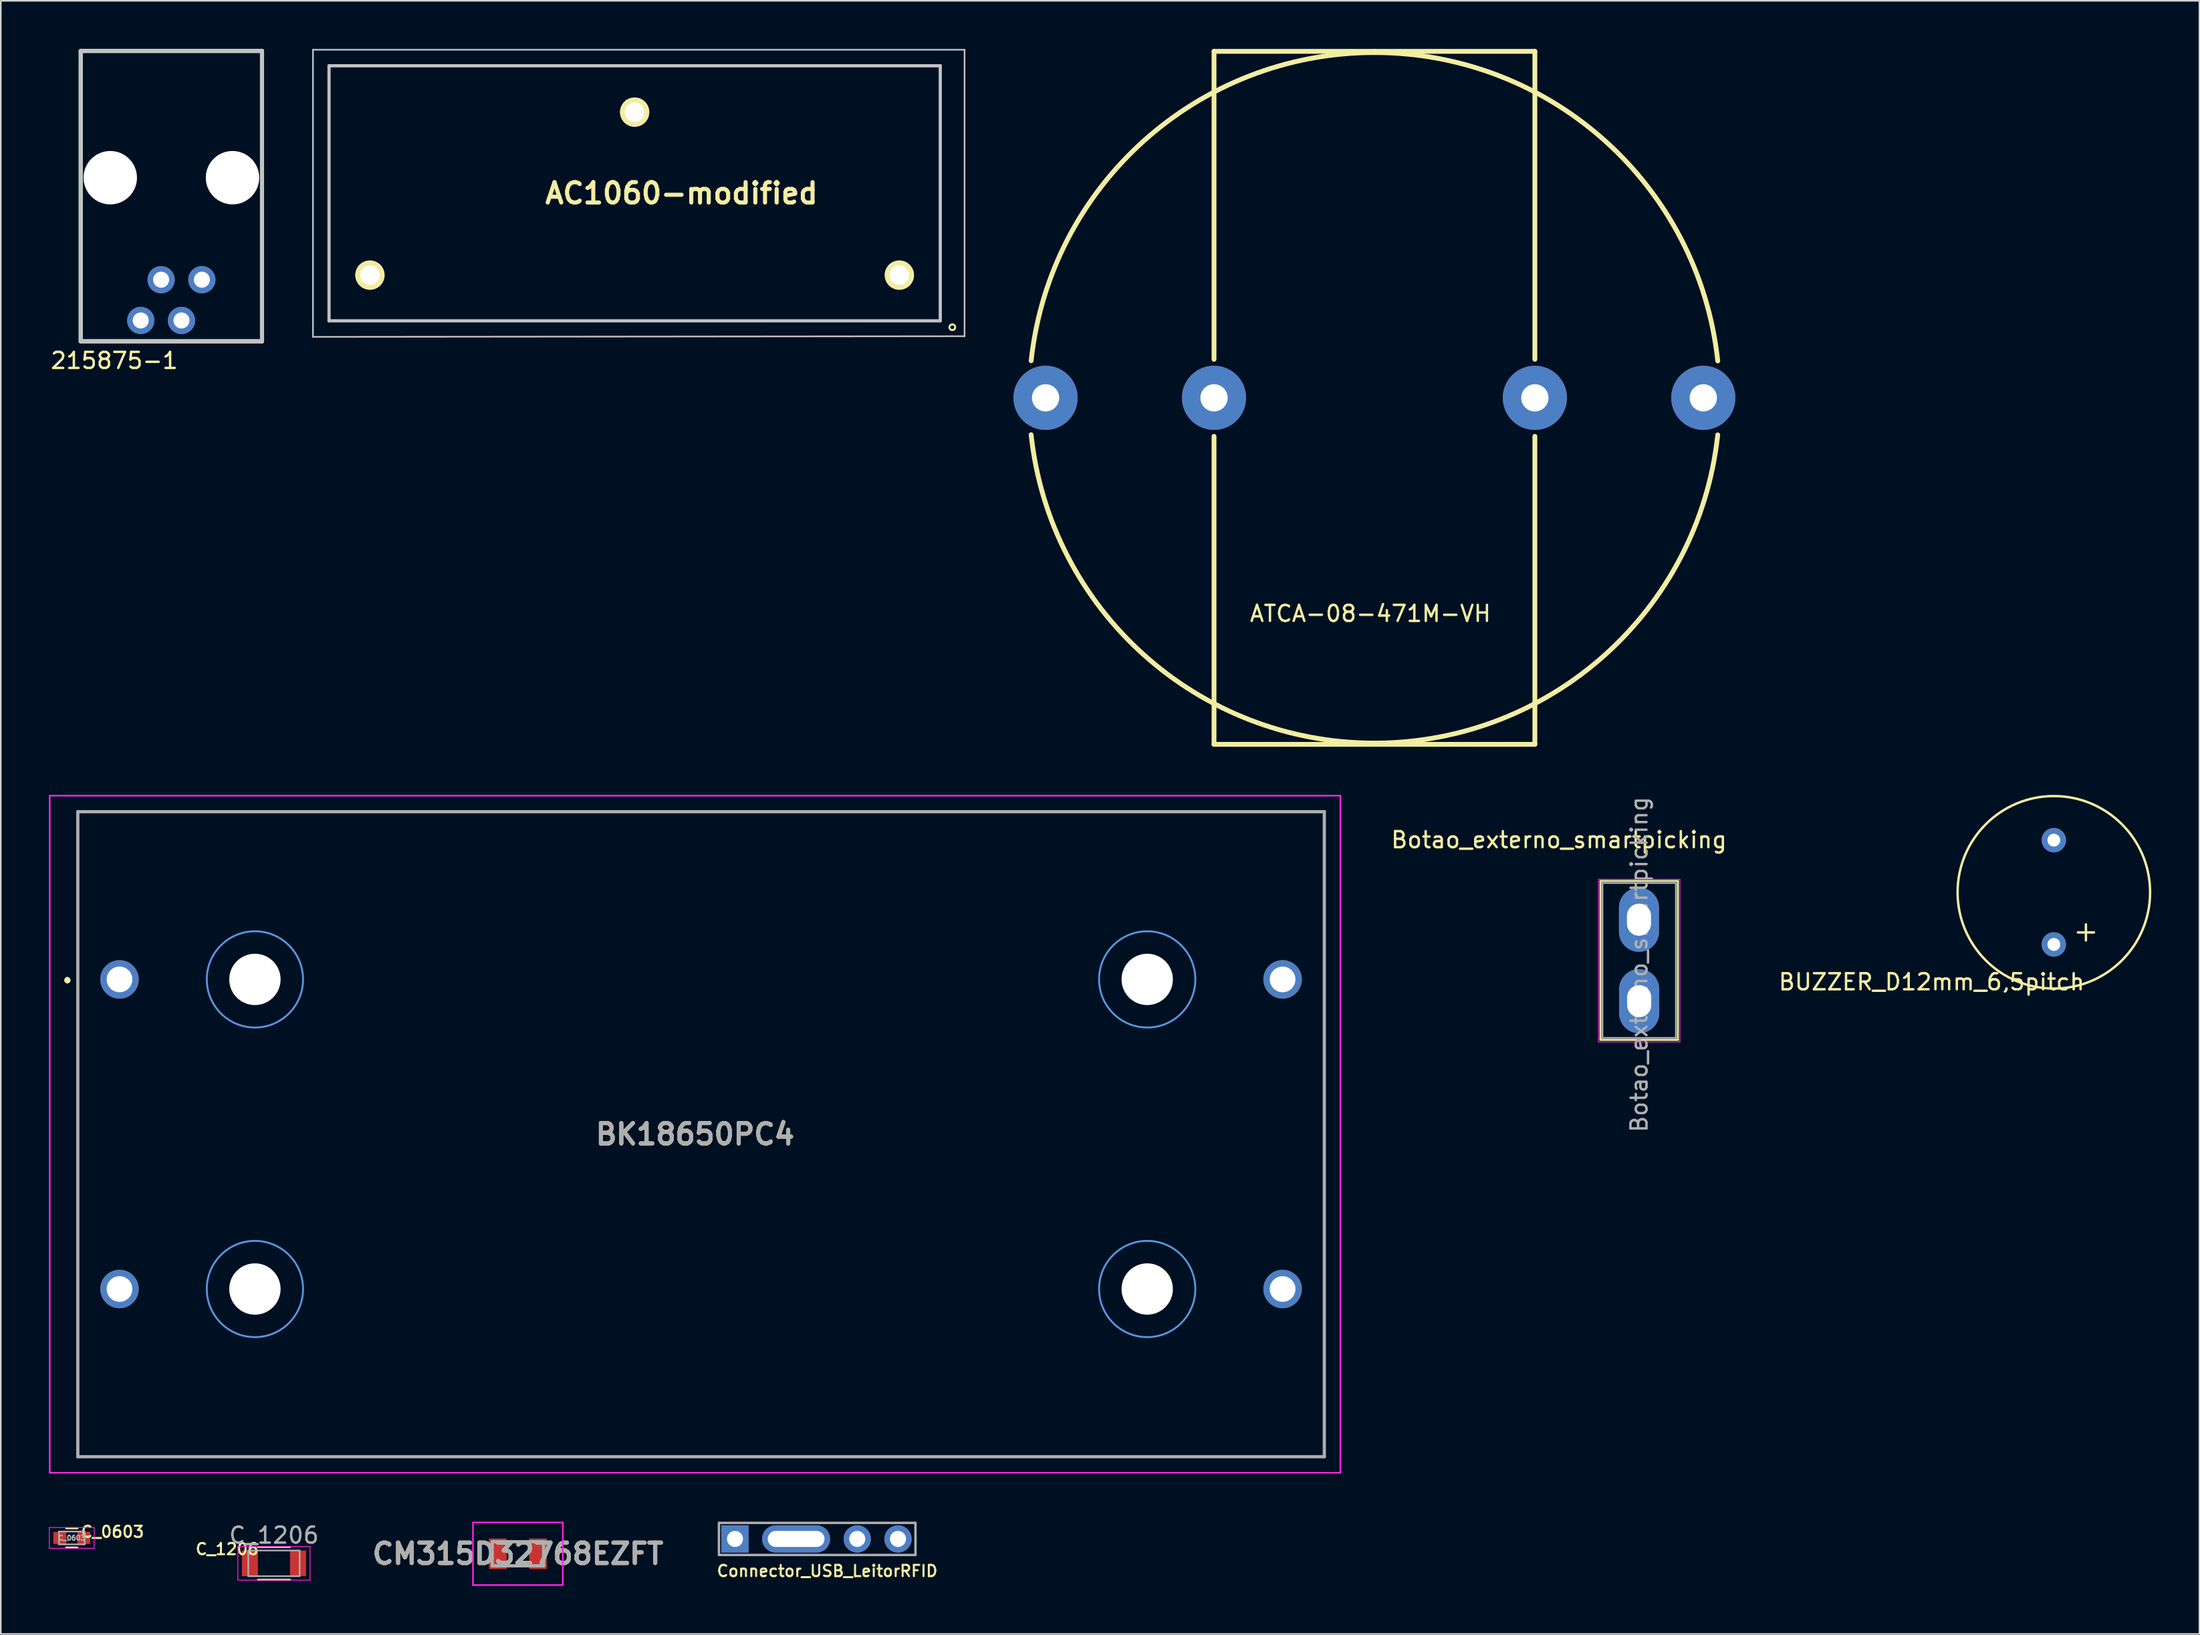
<source format=kicad_pcb>
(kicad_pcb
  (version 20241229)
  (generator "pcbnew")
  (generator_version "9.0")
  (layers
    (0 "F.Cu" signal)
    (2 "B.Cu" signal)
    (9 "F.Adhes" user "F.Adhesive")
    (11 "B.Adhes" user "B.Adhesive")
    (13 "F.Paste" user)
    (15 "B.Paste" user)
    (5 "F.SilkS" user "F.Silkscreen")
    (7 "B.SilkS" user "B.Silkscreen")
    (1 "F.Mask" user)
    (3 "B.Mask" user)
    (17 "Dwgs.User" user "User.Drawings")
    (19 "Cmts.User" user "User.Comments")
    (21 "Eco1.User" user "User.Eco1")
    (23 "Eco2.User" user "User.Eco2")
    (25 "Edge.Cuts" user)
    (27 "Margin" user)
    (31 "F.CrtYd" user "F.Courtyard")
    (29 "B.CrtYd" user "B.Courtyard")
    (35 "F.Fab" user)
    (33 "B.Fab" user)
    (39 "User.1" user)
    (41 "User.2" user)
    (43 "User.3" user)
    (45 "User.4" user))
  (footprint "ATCA-08-471M-VH"
    (layer "F.Cu")
    (at 82.624 21.75)
    (property "Reference" "ATCA-08-471M-VH" (at -0.25 13.45 0) (layer "F.SilkS") (effects (font (size 1 1) (thickness 0.15))))
    (attr through_hole)
    (fp_line (start -10 -21.6) (end -10 -2.4) (stroke (width 0.3) (type solid)) (layer "F.SilkS"))
    (fp_line (start -10 21.6) (end -10 2.4) (stroke (width 0.3) (type solid)) (layer "F.SilkS"))
    (fp_line (start -10 21.6) (end 0 21.6) (stroke (width 0.3) (type solid)) (layer "F.SilkS"))
    (fp_line (start 0 -21.6) (end -10 -21.6) (stroke (width 0.3) (type solid)) (layer "F.SilkS"))
    (fp_line (start 0 21.6) (end 10 21.6) (stroke (width 0.3) (type solid)) (layer "F.SilkS"))
    (fp_line (start 10 -21.6) (end 0 -21.6) (stroke (width 0.3) (type solid)) (layer "F.SilkS"))
    (fp_line (start 10 -21.6) (end 10 -2.4) (stroke (width 0.3) (type solid)) (layer "F.SilkS"))
    (fp_line (start 10 21.6) (end 10 2.4) (stroke (width 0.3) (type solid)) (layer "F.SilkS"))
    (fp_arc (start -21.398744 -2.311646) (mid 0.005857 -21.523241) (end 21.399999 -2.299999) (stroke (width 0.3) (type solid)) (layer "F.SilkS"))
    (fp_arc (start 21.398744 2.311646) (mid -0.005857 21.523241) (end -21.399999 2.299999) (stroke (width 0.3) (type solid)) (layer "F.SilkS"))
    (pad "1" thru_hole circle (at -20.5 0) (size 4 4) (drill 1.7) (layers "*.Cu" "*.Mask"))
    (pad "1" thru_hole circle (at -10 0) (size 4 4) (drill 1.7) (layers "*.Cu" "*.Mask"))
    (pad "2" thru_hole circle (at 10 0) (size 4 4) (drill 1.7) (layers "*.Cu" "*.Mask"))
    (pad "2" thru_hole circle (at 20.5 0) (size 4 4) (drill 1.7) (layers "*.Cu" "*.Mask")))
  (footprint "C_0603"
    (layer "F.Cu")
    (at 1.425 92.823)
    (property "Reference" "C_0603" (at 2.54 -0.381 180) (layer "F.SilkS") (effects (font (size 0.7 0.7) (thickness 0.127))))
    (attr smd)
    (fp_line (start -0.35 -0.6) (end 0.35 -0.6) (stroke (width 0.12) (type solid)) (layer "F.SilkS"))
    (fp_line (start 0.35 0.6) (end -0.35 0.6) (stroke (width 0.12) (type solid)) (layer "F.SilkS"))
    (fp_line (start -1.4 -0.65) (end -1.4 0.65) (stroke (width 0.05) (type solid)) (layer "F.CrtYd"))
    (fp_line (start -1.4 -0.65) (end 1.4 -0.65) (stroke (width 0.05) (type solid)) (layer "F.CrtYd"))
    (fp_line (start 1.4 0.65) (end -1.4 0.65) (stroke (width 0.05) (type solid)) (layer "F.CrtYd"))
    (fp_line (start 1.4 0.65) (end 1.4 -0.65) (stroke (width 0.05) (type solid)) (layer "F.CrtYd"))
    (fp_line (start -0.8 -0.4) (end 0.8 -0.4) (stroke (width 0.1) (type solid)) (layer "F.Fab"))
    (fp_line (start -0.8 0.4) (end -0.8 -0.4) (stroke (width 0.1) (type solid)) (layer "F.Fab"))
    (fp_line (start 0.8 -0.4) (end 0.8 0.4) (stroke (width 0.1) (type solid)) (layer "F.Fab"))
    (fp_line (start 0.8 0.4) (end -0.8 0.4) (stroke (width 0.1) (type solid)) (layer "F.Fab"))
    (fp_text user "${REFERENCE}" (at 0 0 0) (layer "F.Fab") (effects (font (size 0.3 0.3) (thickness 0.075))))
    (pad "1" smd rect (at -0.75 0) (size 0.8 0.75) (layers "F.Cu" "F.Mask" "F.Paste"))
    (pad "2" smd rect (at 0.75 0) (size 0.8 0.75) (layers "F.Cu" "F.Mask" "F.Paste")))
  (footprint "CM315D32768EZFT"
    (layer "F.Cu")
    (at 29.233 93.81)
    (property "Reference" "CM315D32768EZFT" (at 0 0 0) (layer "F.SilkS") (effects (font (size 1.27 1.27) (thickness 0.254))))
    (attr smd)
    (fp_line (start -0.4 -0.75) (end 0.4 -0.75) (stroke (width 0.1) (type solid)) (layer "F.SilkS"))
    (fp_line (start -0.4 0.75) (end 0.4 0.75) (stroke (width 0.1) (type solid)) (layer "F.SilkS"))
    (fp_line (start -2.8 -1.95) (end 2.8 -1.95) (stroke (width 0.1) (type solid)) (layer "F.CrtYd"))
    (fp_line (start -2.8 1.95) (end -2.8 -1.95) (stroke (width 0.1) (type solid)) (layer "F.CrtYd"))
    (fp_line (start 2.8 -1.95) (end 2.8 1.95) (stroke (width 0.1) (type solid)) (layer "F.CrtYd"))
    (fp_line (start 2.8 1.95) (end -2.8 1.95) (stroke (width 0.1) (type solid)) (layer "F.CrtYd"))
    (fp_line (start -1.6 -0.75) (end 1.6 -0.75) (stroke (width 0.2) (type solid)) (layer "F.Fab"))
    (fp_line (start -1.6 0.75) (end -1.6 -0.75) (stroke (width 0.2) (type solid)) (layer "F.Fab"))
    (fp_line (start 1.6 -0.75) (end 1.6 0.75) (stroke (width 0.2) (type solid)) (layer "F.Fab"))
    (fp_line (start 1.6 0.75) (end -1.6 0.75) (stroke (width 0.2) (type solid)) (layer "F.Fab"))
    (fp_text user "${REFERENCE}" (at 0 0 0) (layer "F.Fab") (effects (font (size 1.27 1.27) (thickness 0.254))))
    (pad "1" smd rect (at -1.25 0) (size 1.1 1.9) (layers "F.Cu" "F.Mask" "F.Paste"))
    (pad "2" smd rect (at 1.25 0) (size 1.1 1.9) (layers "F.Cu" "F.Mask" "F.Paste")))
  (footprint "BUZZER_D12mm_6,5pitch"
    (layer "F.Cu")
    (at 124.974 52.575)
    (property "Reference" "BUZZER_D12mm_6,5pitch" (at -7.62 5.588 0) (layer "F.SilkS") (effects (font (size 1 1) (thickness 0.15))))
    (attr through_hole)
    (fp_line (start 2 3) (end 2 2) (stroke (width 0.15) (type solid)) (layer "F.SilkS"))
    (fp_line (start 2.5 2.5) (end 1.5 2.5) (stroke (width 0.15) (type solid)) (layer "F.SilkS"))
    (fp_circle (center 0 0) (end 6 0) (stroke (width 0.15) (type solid)) (fill no) (layer "F.SilkS"))
    (pad "1" thru_hole circle (at 0 3.25) (size 1.524 1.524) (drill 0.8) (layers "*.Cu" "*.Mask"))
    (pad "2" thru_hole circle (at 0 -3.25) (size 1.524 1.524) (drill 0.8) (layers "*.Cu" "*.Mask")))
  (footprint "Connector_USB_LeitorRFID"
    (layer "F.Cu")
    (at 42.765 92.885)
    (property "Reference" "Connector_USB_LeitorRFID" (at 5.75 2 0) (layer "F.SilkS") (effects (font (size 0.7 0.7) (thickness 0.127))))
    (attr through_hole)
    (fp_line (start -1 -1) (end -1 1) (stroke (width 0.15) (type solid)) (layer "F.Fab"))
    (fp_line (start -1 1) (end 11.25 1) (stroke (width 0.15) (type solid)) (layer "F.Fab"))
    (fp_line (start 11.25 -1) (end -1 -1) (stroke (width 0.15) (type solid)) (layer "F.Fab"))
    (fp_line (start 11.25 1) (end 11.25 -1) (stroke (width 0.15) (type solid)) (layer "F.Fab"))
    (pad "1" thru_hole rect (at 0 0) (size 1.7 1.7) (drill 1) (layers "*.Cu" "*.Mask"))
    (pad "2" thru_hole oval (at 3.81 0) (size 4.24 1.7) (drill oval 3.54 1) (layers "*.Cu" "*.Mask"))
    (pad "3" thru_hole circle (at 7.62 0) (size 1.7 1.7) (drill 1) (layers "*.Cu" "*.Mask"))
    (pad "4" thru_hole circle (at 10.16 0) (size 1.7 1.7) (drill 1) (layers "*.Cu" "*.Mask")))
  (footprint "BK18650PC4"
    (layer "F.Cu")
    (at 40.65 67.655)
    (property "Reference" "BK18650PC4" (at -0.375 0 0) (layer "F.SilkS") (effects (font (size 1.27 1.27) (thickness 0.254))))
    (attr through_hole)
    (fp_line (start -39.5 -9.7) (end -39.5 -9.7) (stroke (width 0.2) (type solid)) (layer "F.SilkS"))
    (fp_line (start -39.5 -9.5) (end -39.5 -9.5) (stroke (width 0.2) (type solid)) (layer "F.SilkS"))
    (fp_line (start -38.85 -20.105) (end 38.85 -20.105) (stroke (width 0.1) (type solid)) (layer "F.SilkS"))
    (fp_line (start -38.85 20.105) (end -38.85 -20.105) (stroke (width 0.1) (type solid)) (layer "F.SilkS"))
    (fp_line (start 38.85 -20.105) (end 38.85 20.105) (stroke (width 0.1) (type solid)) (layer "F.SilkS"))
    (fp_line (start 38.85 20.105) (end -38.85 20.105) (stroke (width 0.1) (type solid)) (layer "F.SilkS"))
    (fp_arc (start -39.5 -9.7) (mid -39.4 -9.6) (end -39.5 -9.5) (stroke (width 0.2) (type solid)) (layer "F.SilkS"))
    (fp_arc (start -39.5 -9.5) (mid -39.6 -9.6) (end -39.5 -9.7) (stroke (width 0.2) (type solid)) (layer "F.SilkS"))
    (fp_circle (center -27.81 -9.65) (end -24.81 -9.65) (stroke (width 0.12) (type solid)) (fill no) (layer "Cmts.User"))
    (fp_circle (center -27.81 9.65) (end -24.81 9.65) (stroke (width 0.12) (type solid)) (fill no) (layer "Cmts.User"))
    (fp_circle (center 27.81 -9.65) (end 24.81 -9.65) (stroke (width 0.12) (type solid)) (fill no) (layer "Cmts.User"))
    (fp_circle (center 27.81 9.65) (end 24.81 9.65) (stroke (width 0.12) (type solid)) (fill no) (layer "Cmts.User"))
    (fp_line (start -40.6 -21.105) (end 39.85 -21.105) (stroke (width 0.1) (type solid)) (layer "F.CrtYd"))
    (fp_line (start -40.6 21.105) (end -40.6 -21.105) (stroke (width 0.1) (type solid)) (layer "F.CrtYd"))
    (fp_line (start 39.85 -21.105) (end 39.85 21.105) (stroke (width 0.1) (type solid)) (layer "F.CrtYd"))
    (fp_line (start 39.85 21.105) (end -40.6 21.105) (stroke (width 0.1) (type solid)) (layer "F.CrtYd"))
    (fp_line (start -38.85 -20.105) (end 38.85 -20.105) (stroke (width 0.2) (type solid)) (layer "F.Fab"))
    (fp_line (start -38.85 20.105) (end -38.85 -20.105) (stroke (width 0.2) (type solid)) (layer "F.Fab"))
    (fp_line (start 38.85 -20.105) (end 38.85 20.105) (stroke (width 0.2) (type solid)) (layer "F.Fab"))
    (fp_line (start 38.85 20.105) (end -38.85 20.105) (stroke (width 0.2) (type solid)) (layer "F.Fab"))
    (fp_text user "${REFERENCE}" (at -0.375 0 0) (layer "F.Fab") (effects (font (size 1.27 1.27) (thickness 0.254))))
    (pad "" np_thru_hole circle (at -27.81 -9.65) (size 3.2 3.2) (drill 3.2) (layers "*.Cu" "*.Mask"))
    (pad "" np_thru_hole circle (at -27.81 9.65) (size 3.2 3.2) (drill 3.2) (layers "*.Cu"))
    (pad "" np_thru_hole circle (at 27.81 -9.65) (size 3.2 3.2) (drill 3.2) (layers "*.Cu" "*.Mask"))
    (pad "" np_thru_hole circle (at 27.81 9.65) (size 3.2 3.2) (drill 3.2) (layers "*.Cu" "*.Mask"))
    (pad "1" thru_hole circle (at -36.25 -9.65) (size 2.4 2.4) (drill 1.6) (layers "*.Cu" "*.Mask"))
    (pad "2" thru_hole circle (at 36.25 -9.65) (size 2.4 2.4) (drill 1.6) (layers "*.Cu" "*.Mask"))
    (pad "3" thru_hole circle (at -36.25 9.65) (size 2.4 2.4) (drill 1.6) (layers "*.Cu" "*.Mask"))
    (pad "4" thru_hole circle (at 36.25 9.65) (size 2.4 2.4) (drill 1.6) (layers "*.Cu" "*.Mask")))
  (footprint "215875-1"
    (layer "F.Cu")
    (at 7.633 14.351)
    (property "Reference" "215875-1" (at -3.556 5.08 0) (layer "F.SilkS") (effects (font (size 1 1) (thickness 0.15))))
    (attr through_hole)
    (fp_line (start -5.65 -14.224) (end -5.65 3.876) (stroke (width 0.254) (type solid)) (layer "F.SilkS"))
    (fp_line (start -5.65 3.876) (end 5.65 3.876) (stroke (width 0.254) (type solid)) (layer "F.SilkS"))
    (fp_line (start 5.65 -14.224) (end -5.65 -14.224) (stroke (width 0.254) (type solid)) (layer "F.SilkS"))
    (fp_line (start 5.65 3.876) (end 5.65 -14.224) (stroke (width 0.254) (type solid)) (layer "F.SilkS"))
    (fp_line (start -5.65 -14.224) (end 5.65 -14.224) (stroke (width 0.254) (type solid)) (layer "Dwgs.User"))
    (fp_line (start -5.65 3.876) (end -5.65 -14.224) (stroke (width 0.254) (type solid)) (layer "Dwgs.User"))
    (fp_line (start 5.65 -14.224) (end 5.65 3.876) (stroke (width 0.254) (type solid)) (layer "Dwgs.User"))
    (fp_line (start 5.65 3.876) (end -5.65 3.876) (stroke (width 0.254) (type solid)) (layer "Dwgs.User"))
    (pad "" np_thru_hole circle (at -3.81 -6.324 180) (size 3.33 3.33) (drill 3.33) (layers "*.Cu" "*.Mask"))
    (pad "" np_thru_hole circle (at 3.81 -6.324 180) (size 3.33 3.33) (drill 3.33) (layers "*.Cu" "*.Mask"))
    (pad "1" thru_hole circle (at 1.9 0.036 180) (size 1.7 1.7) (drill 1) (layers "*.Cu" "*.Mask"))
    (pad "2" thru_hole circle (at 0.63 2.576 180) (size 1.7 1.7) (drill 1) (layers "*.Cu" "*.Mask"))
    (pad "3" thru_hole circle (at -0.64 0.036 180) (size 1.7 1.7) (drill 1) (layers "*.Cu" "*.Mask"))
    (pad "4" thru_hole circle (at -1.91 2.576 180) (size 1.7 1.7) (drill 1) (layers "*.Cu" "*.Mask")))
  (footprint "C_1206"
    (layer "F.Cu")
    (at 14.027 94.408)
    (property "Reference" "C_1206" (at -2.921 -0.889 0) (layer "F.SilkS") (effects (font (size 0.7 0.7) (thickness 0.127))))
    (attr smd)
    (fp_line (start -1 1.02) (end 1 1.02) (stroke (width 0.12) (type solid)) (layer "F.SilkS"))
    (fp_line (start 1 -1.02) (end -1 -1.02) (stroke (width 0.12) (type solid)) (layer "F.SilkS"))
    (fp_line (start -2.25 -1.05) (end -2.25 1.05) (stroke (width 0.05) (type solid)) (layer "F.CrtYd"))
    (fp_line (start -2.25 -1.05) (end 2.25 -1.05) (stroke (width 0.05) (type solid)) (layer "F.CrtYd"))
    (fp_line (start 2.25 1.05) (end -2.25 1.05) (stroke (width 0.05) (type solid)) (layer "F.CrtYd"))
    (fp_line (start 2.25 1.05) (end 2.25 -1.05) (stroke (width 0.05) (type solid)) (layer "F.CrtYd"))
    (fp_line (start -1.6 -0.8) (end 1.6 -0.8) (stroke (width 0.1) (type solid)) (layer "F.Fab"))
    (fp_line (start -1.6 0.8) (end -1.6 -0.8) (stroke (width 0.1) (type solid)) (layer "F.Fab"))
    (fp_line (start 1.6 -0.8) (end 1.6 0.8) (stroke (width 0.1) (type solid)) (layer "F.Fab"))
    (fp_line (start 1.6 0.8) (end -1.6 0.8) (stroke (width 0.1) (type solid)) (layer "F.Fab"))
    (fp_text user "${REFERENCE}" (at 0 -1.75 0) (layer "F.Fab") (effects (font (size 1 1) (thickness 0.15))))
    (pad "1" smd rect (at -1.5 0) (size 1 1.6) (layers "F.Cu" "F.Mask" "F.Paste"))
    (pad "2" smd rect (at 1.5 0) (size 1 1.6) (layers "F.Cu" "F.Mask" "F.Paste")))
  (footprint "AC1060-modified"
    (layer "F.Cu")
    (at 53.01 14.1)
    (property "Reference" "AC1060-modified" (at -13.575 -5.1 0) (layer "F.SilkS") (effects (font (size 1.27 1.27) (thickness 0.254))))
    (attr through_hole)
    (fp_line (start -35.55 -13.05) (end -35.55 2.85) (stroke (width 0.1) (type solid)) (layer "F.SilkS"))
    (fp_line (start -35.55 2.85) (end 2.55 2.85) (stroke (width 0.1) (type solid)) (layer "F.SilkS"))
    (fp_line (start 2.55 -13.05) (end -35.55 -13.05) (stroke (width 0.1) (type solid)) (layer "F.SilkS"))
    (fp_line (start 2.55 2.85) (end 2.55 -13.05) (stroke (width 0.1) (type solid)) (layer "F.SilkS"))
    (fp_circle (center 3.302 3.249) (end 3.429 3.376) (stroke (width 0.12) (type solid)) (fill no) (layer "F.SilkS"))
    (fp_line (start -36.55 -14.05) (end -36.55 3.85) (stroke (width 0.1) (type solid)) (layer "Dwgs.User"))
    (fp_line (start -36.55 3.85) (end 4.064 3.81) (stroke (width 0.1) (type solid)) (layer "Dwgs.User"))
    (fp_line (start -35.55 -13.05) (end 2.55 -13.05) (stroke (width 0.2) (type solid)) (layer "Dwgs.User"))
    (fp_line (start -35.55 2.85) (end -35.55 -13.05) (stroke (width 0.2) (type solid)) (layer "Dwgs.User"))
    (fp_line (start 2.55 -13.05) (end 2.55 2.85) (stroke (width 0.2) (type solid)) (layer "Dwgs.User"))
    (fp_line (start 2.55 2.85) (end -35.55 2.85) (stroke (width 0.2) (type solid)) (layer "Dwgs.User"))
    (fp_line (start 4.064 -14.05) (end -36.55 -14.05) (stroke (width 0.1) (type solid)) (layer "Dwgs.User"))
    (fp_line (start 4.064 3.82) (end 4.064 -14.05) (stroke (width 0.1) (type solid)) (layer "Dwgs.User"))
    (pad "1" thru_hole circle (at 0 0 90) (size 1.824 1.824) (drill 1.216) (layers "*.Cu" "*.Mask" "F.SilkS"))
    (pad "2" thru_hole circle (at -33 0 90) (size 1.824 1.824) (drill 1.216) (layers "*.Cu" "*.Mask" "F.SilkS"))
    (pad "3" thru_hole circle (at -16.5 -10.16 90) (size 1.824 1.824) (drill 1.216) (layers "*.Cu" "*.Mask" "F.SilkS")))
  (footprint "Botao_externo_smartpicking"
    (layer "F.Cu")
    (at 99.127 55.807)
    (property "Reference" "Botao_externo_smartpicking" (at -5 -6.5 0) (layer "F.SilkS") (effects (font (size 1 1) (thickness 0.15))))
    (attr through_hole)
    (fp_line (start -2.413 -3.937) (end -2.413 5.969) (stroke (width 0.12) (type solid)) (layer "F.SilkS"))
    (fp_line (start -2.413 5.969) (end 2.413 5.969) (stroke (width 0.12) (type solid)) (layer "F.SilkS"))
    (fp_line (start 2.413 -3.937) (end -2.413 -3.937) (stroke (width 0.12) (type solid)) (layer "F.SilkS"))
    (fp_line (start 2.413 5.969) (end 2.413 -3.937) (stroke (width 0.12) (type solid)) (layer "F.SilkS"))
    (fp_line (start -2.54 -4.039) (end -2.54 6.096) (stroke (width 0.05) (type solid)) (layer "F.CrtYd"))
    (fp_line (start -2.54 6.096) (end 2.54 6.096) (stroke (width 0.05) (type solid)) (layer "F.CrtYd"))
    (fp_line (start 2.54 -4.039) (end -2.54 -4.039) (stroke (width 0.05) (type solid)) (layer "F.CrtYd"))
    (fp_line (start 2.54 6.096) (end 2.54 -4.039) (stroke (width 0.05) (type solid)) (layer "F.CrtYd"))
    (fp_line (start -2.286 -3.81) (end 2.286 -3.81) (stroke (width 0.1) (type solid)) (layer "F.Fab"))
    (fp_line (start -2.286 5.842) (end -2.286 -3.81) (stroke (width 0.1) (type solid)) (layer "F.Fab"))
    (fp_line (start 2.286 -3.81) (end 2.286 5.842) (stroke (width 0.1) (type solid)) (layer "F.Fab"))
    (fp_line (start 2.286 5.842) (end -2.286 5.842) (stroke (width 0.1) (type solid)) (layer "F.Fab"))
    (fp_text user "${REFERENCE}" (at 0 1.27 90) (layer "F.Fab") (effects (font (size 1 1) (thickness 0.15))))
    (pad "1" thru_hole oval (at -0.013 -1.524) (size 2.5 4) (drill oval 1.5 2) (layers "*.Cu" "*.Mask"))
    (pad "2" thru_hole oval (at 0 3.556) (size 2.5 4) (drill oval 1.5 2) (layers "*.Cu" "*.Mask")))
  (gr_rect
    (start -3 -3)
    (end 134.049 98.81)
    (stroke (width 0.1) (type default))
    (fill no)
    (layer "Edge.Cuts")))
</source>
